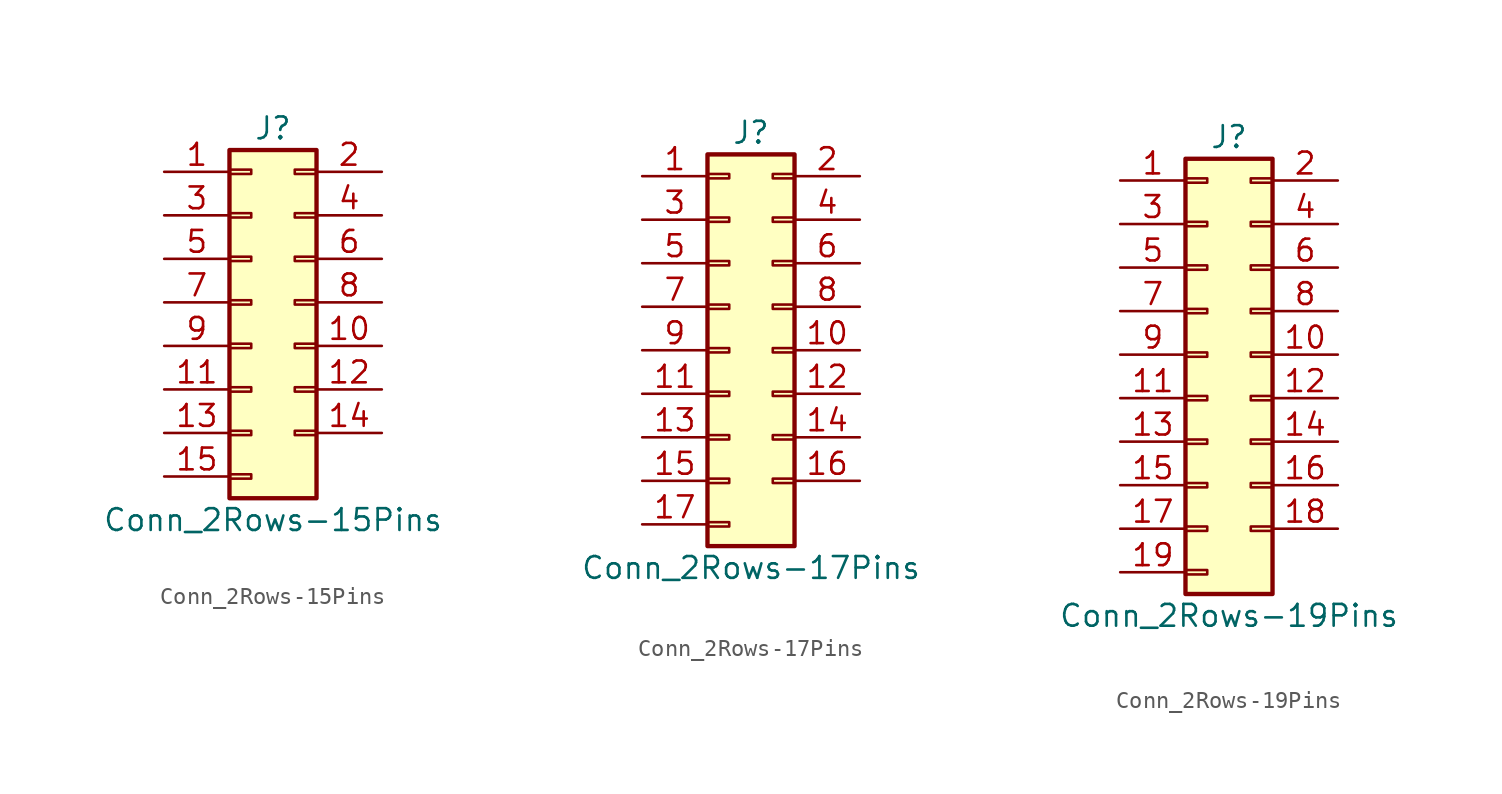
<source format=kicad_sym>
(kicad_symbol_lib
  (version 20220914)
  (generator kicad_symbol_editor)
  (symbol "Conn_2Rows-15Pins"
    (pin_names
      (offset 1.016) hide)
    (property "Reference" "J"
      (at 1.27 10.16 0)
      (effects (font (size 1.27 1.27))))
    (property "Value" "Conn_2Rows-15Pins"
      (at 1.27 -12.7 0)
      (effects (font (size 1.27 1.27))))
    (symbol "Conn_2Rows-15Pins_1_1"
      (rectangle (start -1.27 -10.033) (end 0 -10.287) (stroke (width 0.152) (type solid)) (fill (type none)))
      (rectangle (start -1.27 -7.493) (end 0 -7.747) (stroke (width 0.152) (type solid)) (fill (type none)))
      (rectangle (start -1.27 -4.953) (end 0 -5.207) (stroke (width 0.152) (type solid)) (fill (type none)))
      (rectangle (start -1.27 -2.413) (end 0 -2.667) (stroke (width 0.152) (type solid)) (fill (type none)))
      (rectangle (start -1.27 0.127) (end 0 -0.127) (stroke (width 0.152) (type solid)) (fill (type none)))
      (rectangle (start -1.27 2.667) (end 0 2.413) (stroke (width 0.152) (type solid)) (fill (type none)))
      (rectangle (start -1.27 5.207) (end 0 4.953) (stroke (width 0.152) (type solid)) (fill (type none)))
      (rectangle (start -1.27 7.747) (end 0 7.493) (stroke (width 0.152) (type solid)) (fill (type none)))
      (rectangle (start -1.27 8.89) (end 3.81 -11.43) (stroke (width 0.254) (type solid)) (fill (type background)))
      (rectangle (start 3.81 -7.493) (end 2.54 -7.747) (stroke (width 0.152) (type solid)) (fill (type none)))
      (rectangle (start 3.81 -4.953) (end 2.54 -5.207) (stroke (width 0.152) (type solid)) (fill (type none)))
      (rectangle (start 3.81 -2.413) (end 2.54 -2.667) (stroke (width 0.152) (type solid)) (fill (type none)))
      (rectangle (start 3.81 0.127) (end 2.54 -0.127) (stroke (width 0.152) (type solid)) (fill (type none)))
      (rectangle (start 3.81 2.667) (end 2.54 2.413) (stroke (width 0.152) (type solid)) (fill (type none)))
      (rectangle (start 3.81 5.207) (end 2.54 4.953) (stroke (width 0.152) (type solid)) (fill (type none)))
      (rectangle (start 3.81 7.747) (end 2.54 7.493) (stroke (width 0.152) (type solid)) (fill (type none)))
      (pin passive line (at -5.08 7.62 0) (length 3.81) (name "Pin_1" (effects (font (size 1.27 1.27)))) (number "1" (effects (font (size 1.27 1.27)))))
      (pin passive line (at 7.62 -2.54 180) (length 3.81) (name "Pin_10" (effects (font (size 1.27 1.27)))) (number "10" (effects (font (size 1.27 1.27)))))
      (pin passive line (at -5.08 -5.08 0) (length 3.81) (name "Pin_11" (effects (font (size 1.27 1.27)))) (number "11" (effects (font (size 1.27 1.27)))))
      (pin passive line (at 7.62 -5.08 180) (length 3.81) (name "Pin_12" (effects (font (size 1.27 1.27)))) (number "12" (effects (font (size 1.27 1.27)))))
      (pin passive line (at -5.08 -7.62 0) (length 3.81) (name "Pin_13" (effects (font (size 1.27 1.27)))) (number "13" (effects (font (size 1.27 1.27)))))
      (pin passive line (at 7.62 -7.62 180) (length 3.81) (name "Pin_14" (effects (font (size 1.27 1.27)))) (number "14" (effects (font (size 1.27 1.27)))))
      (pin passive line (at -5.08 -10.16 0) (length 3.81) (name "Pin_15" (effects (font (size 1.27 1.27)))) (number "15" (effects (font (size 1.27 1.27)))))
      (pin passive line (at 7.62 7.62 180) (length 3.81) (name "Pin_2" (effects (font (size 1.27 1.27)))) (number "2" (effects (font (size 1.27 1.27)))))
      (pin passive line (at -5.08 5.08 0) (length 3.81) (name "Pin_3" (effects (font (size 1.27 1.27)))) (number "3" (effects (font (size 1.27 1.27)))))
      (pin passive line (at 7.62 5.08 180) (length 3.81) (name "Pin_4" (effects (font (size 1.27 1.27)))) (number "4" (effects (font (size 1.27 1.27)))))
      (pin passive line (at -5.08 2.54 0) (length 3.81) (name "Pin_5" (effects (font (size 1.27 1.27)))) (number "5" (effects (font (size 1.27 1.27)))))
      (pin passive line (at 7.62 2.54 180) (length 3.81) (name "Pin_6" (effects (font (size 1.27 1.27)))) (number "6" (effects (font (size 1.27 1.27)))))
      (pin passive line (at -5.08 0 0) (length 3.81) (name "Pin_7" (effects (font (size 1.27 1.27)))) (number "7" (effects (font (size 1.27 1.27)))))
      (pin passive line (at 7.62 0 180) (length 3.81) (name "Pin_8" (effects (font (size 1.27 1.27)))) (number "8" (effects (font (size 1.27 1.27)))))
      (pin passive line (at -5.08 -2.54 0) (length 3.81) (name "Pin_9" (effects (font (size 1.27 1.27)))) (number "9" (effects (font (size 1.27 1.27)))))))
  (symbol "Conn_2Rows-17Pins"
    (pin_names
      (offset 1.016) hide)
    (property "Reference" "J"
      (at 1.27 12.7 0)
      (effects (font (size 1.27 1.27))))
    (property "Value" "Conn_2Rows-17Pins"
      (at 1.27 -12.7 0)
      (effects (font (size 1.27 1.27))))
    (symbol "Conn_2Rows-17Pins_1_1"
      (rectangle (start -1.27 -10.033) (end 0 -10.287) (stroke (width 0.152) (type solid)) (fill (type none)))
      (rectangle (start -1.27 -7.493) (end 0 -7.747) (stroke (width 0.152) (type solid)) (fill (type none)))
      (rectangle (start -1.27 -4.953) (end 0 -5.207) (stroke (width 0.152) (type solid)) (fill (type none)))
      (rectangle (start -1.27 -2.413) (end 0 -2.667) (stroke (width 0.152) (type solid)) (fill (type none)))
      (rectangle (start -1.27 0.127) (end 0 -0.127) (stroke (width 0.152) (type solid)) (fill (type none)))
      (rectangle (start -1.27 2.667) (end 0 2.413) (stroke (width 0.152) (type solid)) (fill (type none)))
      (rectangle (start -1.27 5.207) (end 0 4.953) (stroke (width 0.152) (type solid)) (fill (type none)))
      (rectangle (start -1.27 7.747) (end 0 7.493) (stroke (width 0.152) (type solid)) (fill (type none)))
      (rectangle (start -1.27 10.287) (end 0 10.033) (stroke (width 0.152) (type solid)) (fill (type none)))
      (rectangle (start -1.27 11.43) (end 3.81 -11.43) (stroke (width 0.254) (type solid)) (fill (type background)))
      (rectangle (start 3.81 -7.493) (end 2.54 -7.747) (stroke (width 0.152) (type solid)) (fill (type none)))
      (rectangle (start 3.81 -4.953) (end 2.54 -5.207) (stroke (width 0.152) (type solid)) (fill (type none)))
      (rectangle (start 3.81 -2.413) (end 2.54 -2.667) (stroke (width 0.152) (type solid)) (fill (type none)))
      (rectangle (start 3.81 0.127) (end 2.54 -0.127) (stroke (width 0.152) (type solid)) (fill (type none)))
      (rectangle (start 3.81 2.667) (end 2.54 2.413) (stroke (width 0.152) (type solid)) (fill (type none)))
      (rectangle (start 3.81 5.207) (end 2.54 4.953) (stroke (width 0.152) (type solid)) (fill (type none)))
      (rectangle (start 3.81 7.747) (end 2.54 7.493) (stroke (width 0.152) (type solid)) (fill (type none)))
      (rectangle (start 3.81 10.287) (end 2.54 10.033) (stroke (width 0.152) (type solid)) (fill (type none)))
      (pin passive line (at -5.08 10.16 0) (length 3.81) (name "Pin_1" (effects (font (size 1.27 1.27)))) (number "1" (effects (font (size 1.27 1.27)))))
      (pin passive line (at 7.62 0 180) (length 3.81) (name "Pin_10" (effects (font (size 1.27 1.27)))) (number "10" (effects (font (size 1.27 1.27)))))
      (pin passive line (at -5.08 -2.54 0) (length 3.81) (name "Pin_11" (effects (font (size 1.27 1.27)))) (number "11" (effects (font (size 1.27 1.27)))))
      (pin passive line (at 7.62 -2.54 180) (length 3.81) (name "Pin_12" (effects (font (size 1.27 1.27)))) (number "12" (effects (font (size 1.27 1.27)))))
      (pin passive line (at -5.08 -5.08 0) (length 3.81) (name "Pin_13" (effects (font (size 1.27 1.27)))) (number "13" (effects (font (size 1.27 1.27)))))
      (pin passive line (at 7.62 -5.08 180) (length 3.81) (name "Pin_14" (effects (font (size 1.27 1.27)))) (number "14" (effects (font (size 1.27 1.27)))))
      (pin passive line (at -5.08 -7.62 0) (length 3.81) (name "Pin_15" (effects (font (size 1.27 1.27)))) (number "15" (effects (font (size 1.27 1.27)))))
      (pin passive line (at 7.62 -7.62 180) (length 3.81) (name "Pin_16" (effects (font (size 1.27 1.27)))) (number "16" (effects (font (size 1.27 1.27)))))
      (pin passive line (at -5.08 -10.16 0) (length 3.81) (name "Pin_17" (effects (font (size 1.27 1.27)))) (number "17" (effects (font (size 1.27 1.27)))))
      (pin passive line (at 7.62 10.16 180) (length 3.81) (name "Pin_2" (effects (font (size 1.27 1.27)))) (number "2" (effects (font (size 1.27 1.27)))))
      (pin passive line (at -5.08 7.62 0) (length 3.81) (name "Pin_3" (effects (font (size 1.27 1.27)))) (number "3" (effects (font (size 1.27 1.27)))))
      (pin passive line (at 7.62 7.62 180) (length 3.81) (name "Pin_4" (effects (font (size 1.27 1.27)))) (number "4" (effects (font (size 1.27 1.27)))))
      (pin passive line (at -5.08 5.08 0) (length 3.81) (name "Pin_5" (effects (font (size 1.27 1.27)))) (number "5" (effects (font (size 1.27 1.27)))))
      (pin passive line (at 7.62 5.08 180) (length 3.81) (name "Pin_6" (effects (font (size 1.27 1.27)))) (number "6" (effects (font (size 1.27 1.27)))))
      (pin passive line (at -5.08 2.54 0) (length 3.81) (name "Pin_7" (effects (font (size 1.27 1.27)))) (number "7" (effects (font (size 1.27 1.27)))))
      (pin passive line (at 7.62 2.54 180) (length 3.81) (name "Pin_8" (effects (font (size 1.27 1.27)))) (number "8" (effects (font (size 1.27 1.27)))))
      (pin passive line (at -5.08 0 0) (length 3.81) (name "Pin_9" (effects (font (size 1.27 1.27)))) (number "9" (effects (font (size 1.27 1.27)))))))
  (symbol "Conn_2Rows-19Pins"
    (pin_names
      (offset 1.016) hide)
    (property "Reference" "J"
      (at 1.27 12.7 0)
      (effects (font (size 1.27 1.27))))
    (property "Value" "Conn_2Rows-19Pins"
      (at 1.27 -15.24 0)
      (effects (font (size 1.27 1.27))))
    (symbol "Conn_2Rows-19Pins_1_1"
      (rectangle (start -1.27 -12.573) (end 0 -12.827) (stroke (width 0.152) (type solid)) (fill (type none)))
      (rectangle (start -1.27 -10.033) (end 0 -10.287) (stroke (width 0.152) (type solid)) (fill (type none)))
      (rectangle (start -1.27 -7.493) (end 0 -7.747) (stroke (width 0.152) (type solid)) (fill (type none)))
      (rectangle (start -1.27 -4.953) (end 0 -5.207) (stroke (width 0.152) (type solid)) (fill (type none)))
      (rectangle (start -1.27 -2.413) (end 0 -2.667) (stroke (width 0.152) (type solid)) (fill (type none)))
      (rectangle (start -1.27 0.127) (end 0 -0.127) (stroke (width 0.152) (type solid)) (fill (type none)))
      (rectangle (start -1.27 2.667) (end 0 2.413) (stroke (width 0.152) (type solid)) (fill (type none)))
      (rectangle (start -1.27 5.207) (end 0 4.953) (stroke (width 0.152) (type solid)) (fill (type none)))
      (rectangle (start -1.27 7.747) (end 0 7.493) (stroke (width 0.152) (type solid)) (fill (type none)))
      (rectangle (start -1.27 10.287) (end 0 10.033) (stroke (width 0.152) (type solid)) (fill (type none)))
      (rectangle (start -1.27 11.43) (end 3.81 -13.97) (stroke (width 0.254) (type solid)) (fill (type background)))
      (rectangle (start 3.81 -10.033) (end 2.54 -10.287) (stroke (width 0.152) (type solid)) (fill (type none)))
      (rectangle (start 3.81 -7.493) (end 2.54 -7.747) (stroke (width 0.152) (type solid)) (fill (type none)))
      (rectangle (start 3.81 -4.953) (end 2.54 -5.207) (stroke (width 0.152) (type solid)) (fill (type none)))
      (rectangle (start 3.81 -2.413) (end 2.54 -2.667) (stroke (width 0.152) (type solid)) (fill (type none)))
      (rectangle (start 3.81 0.127) (end 2.54 -0.127) (stroke (width 0.152) (type solid)) (fill (type none)))
      (rectangle (start 3.81 2.667) (end 2.54 2.413) (stroke (width 0.152) (type solid)) (fill (type none)))
      (rectangle (start 3.81 5.207) (end 2.54 4.953) (stroke (width 0.152) (type solid)) (fill (type none)))
      (rectangle (start 3.81 7.747) (end 2.54 7.493) (stroke (width 0.152) (type solid)) (fill (type none)))
      (rectangle (start 3.81 10.287) (end 2.54 10.033) (stroke (width 0.152) (type solid)) (fill (type none)))
      (pin passive line (at -5.08 10.16 0) (length 3.81) (name "Pin_1" (effects (font (size 1.27 1.27)))) (number "1" (effects (font (size 1.27 1.27)))))
      (pin passive line (at 7.62 0 180) (length 3.81) (name "Pin_10" (effects (font (size 1.27 1.27)))) (number "10" (effects (font (size 1.27 1.27)))))
      (pin passive line (at -5.08 -2.54 0) (length 3.81) (name "Pin_11" (effects (font (size 1.27 1.27)))) (number "11" (effects (font (size 1.27 1.27)))))
      (pin passive line (at 7.62 -2.54 180) (length 3.81) (name "Pin_12" (effects (font (size 1.27 1.27)))) (number "12" (effects (font (size 1.27 1.27)))))
      (pin passive line (at -5.08 -5.08 0) (length 3.81) (name "Pin_13" (effects (font (size 1.27 1.27)))) (number "13" (effects (font (size 1.27 1.27)))))
      (pin passive line (at 7.62 -5.08 180) (length 3.81) (name "Pin_14" (effects (font (size 1.27 1.27)))) (number "14" (effects (font (size 1.27 1.27)))))
      (pin passive line (at -5.08 -7.62 0) (length 3.81) (name "Pin_15" (effects (font (size 1.27 1.27)))) (number "15" (effects (font (size 1.27 1.27)))))
      (pin passive line (at 7.62 -7.62 180) (length 3.81) (name "Pin_16" (effects (font (size 1.27 1.27)))) (number "16" (effects (font (size 1.27 1.27)))))
      (pin passive line (at -5.08 -10.16 0) (length 3.81) (name "Pin_17" (effects (font (size 1.27 1.27)))) (number "17" (effects (font (size 1.27 1.27)))))
      (pin passive line (at 7.62 -10.16 180) (length 3.81) (name "Pin_18" (effects (font (size 1.27 1.27)))) (number "18" (effects (font (size 1.27 1.27)))))
      (pin passive line (at -5.08 -12.7 0) (length 3.81) (name "Pin_19" (effects (font (size 1.27 1.27)))) (number "19" (effects (font (size 1.27 1.27)))))
      (pin passive line (at 7.62 10.16 180) (length 3.81) (name "Pin_2" (effects (font (size 1.27 1.27)))) (number "2" (effects (font (size 1.27 1.27)))))
      (pin passive line (at -5.08 7.62 0) (length 3.81) (name "Pin_3" (effects (font (size 1.27 1.27)))) (number "3" (effects (font (size 1.27 1.27)))))
      (pin passive line (at 7.62 7.62 180) (length 3.81) (name "Pin_4" (effects (font (size 1.27 1.27)))) (number "4" (effects (font (size 1.27 1.27)))))
      (pin passive line (at -5.08 5.08 0) (length 3.81) (name "Pin_5" (effects (font (size 1.27 1.27)))) (number "5" (effects (font (size 1.27 1.27)))))
      (pin passive line (at 7.62 5.08 180) (length 3.81) (name "Pin_6" (effects (font (size 1.27 1.27)))) (number "6" (effects (font (size 1.27 1.27)))))
      (pin passive line (at -5.08 2.54 0) (length 3.81) (name "Pin_7" (effects (font (size 1.27 1.27)))) (number "7" (effects (font (size 1.27 1.27)))))
      (pin passive line (at 7.62 2.54 180) (length 3.81) (name "Pin_8" (effects (font (size 1.27 1.27)))) (number "8" (effects (font (size 1.27 1.27)))))
      (pin passive line (at -5.08 0 0) (length 3.81) (name "Pin_9" (effects (font (size 1.27 1.27)))) (number "9" (effects (font (size 1.27 1.27))))))))
</source>
